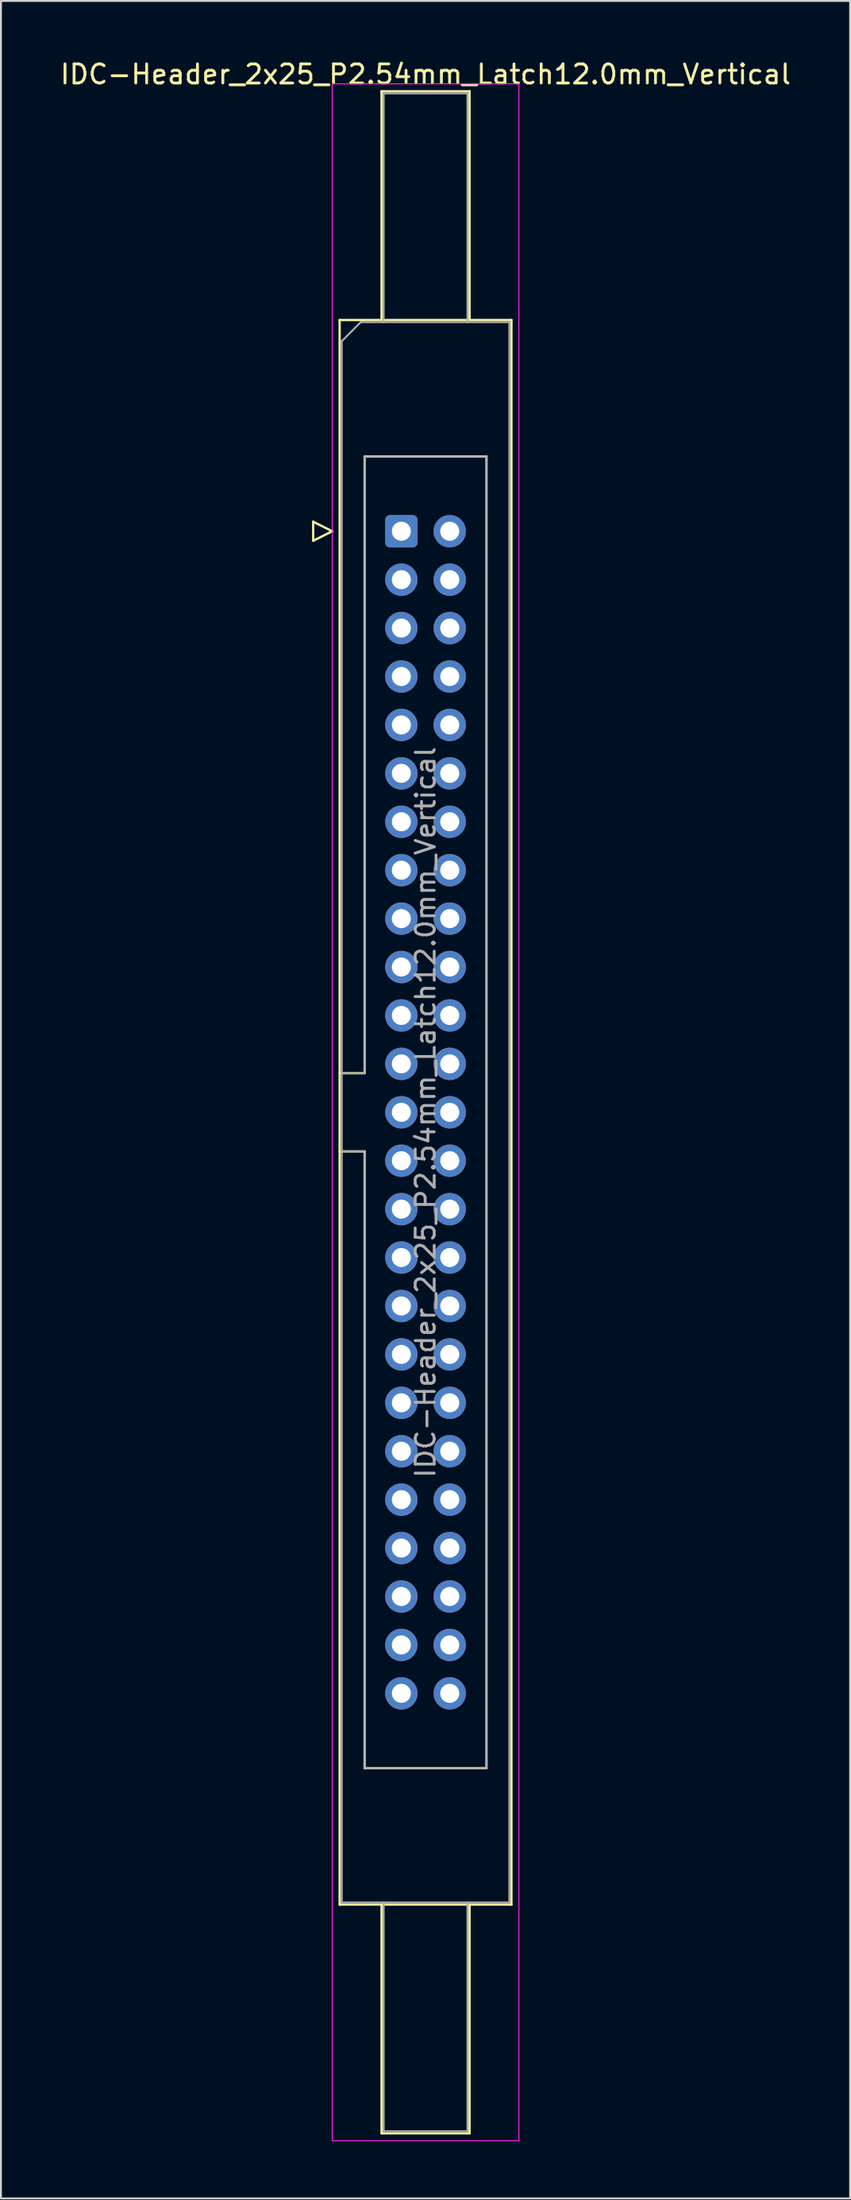
<source format=kicad_pcb>
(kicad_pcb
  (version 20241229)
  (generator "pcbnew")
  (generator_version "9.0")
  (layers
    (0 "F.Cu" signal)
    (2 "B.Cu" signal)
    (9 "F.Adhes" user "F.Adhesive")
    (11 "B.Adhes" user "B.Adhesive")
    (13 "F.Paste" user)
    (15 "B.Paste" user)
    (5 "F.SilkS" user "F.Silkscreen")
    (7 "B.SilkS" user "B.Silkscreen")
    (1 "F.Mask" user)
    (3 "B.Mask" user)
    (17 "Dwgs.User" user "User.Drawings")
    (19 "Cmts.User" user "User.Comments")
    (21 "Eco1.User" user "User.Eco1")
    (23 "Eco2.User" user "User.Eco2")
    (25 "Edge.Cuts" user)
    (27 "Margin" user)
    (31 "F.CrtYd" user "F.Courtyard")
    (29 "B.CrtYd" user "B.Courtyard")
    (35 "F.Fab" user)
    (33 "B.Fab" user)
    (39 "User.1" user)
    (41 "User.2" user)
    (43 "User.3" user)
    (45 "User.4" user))
  (footprint "IDC-Header_2x25_P2.54mm_Latch12.0mm_Vertical"
    (layer "F.Cu")
    (at 18.022 24.818)
    (property "Reference" "IDC-Header_2x25_P2.54mm_Latch12.0mm_Vertical" (at 1.27 -23.97 0) (layer "F.SilkS") (effects (font (size 1 1) (thickness 0.15))))
    (attr through_hole)
    (fp_line (start -4.63 -0.5) (end -4.63 0.5) (stroke (width 0.12) (type solid)) (layer "F.SilkS"))
    (fp_line (start -4.63 0.5) (end -3.63 0) (stroke (width 0.12) (type solid)) (layer "F.SilkS"))
    (fp_line (start -3.63 0) (end -4.63 -0.5) (stroke (width 0.12) (type solid)) (layer "F.SilkS"))
    (fp_line (start -3.24 -11.08) (end 5.78 -11.08) (stroke (width 0.12) (type solid)) (layer "F.SilkS"))
    (fp_line (start -3.24 28.43) (end -1.93 28.43) (stroke (width 0.12) (type solid)) (layer "F.SilkS"))
    (fp_line (start -3.24 72.04) (end -3.24 -11.08) (stroke (width 0.12) (type solid)) (layer "F.SilkS"))
    (fp_line (start -1.93 -3.92) (end 4.47 -3.92) (stroke (width 0.12) (type solid)) (layer "F.SilkS"))
    (fp_line (start -1.93 28.43) (end -1.93 -3.92) (stroke (width 0.12) (type solid)) (layer "F.SilkS"))
    (fp_line (start -1.93 32.53) (end -3.24 32.53) (stroke (width 0.12) (type solid)) (layer "F.SilkS"))
    (fp_line (start -1.93 64.88) (end -1.93 32.53) (stroke (width 0.12) (type solid)) (layer "F.SilkS"))
    (fp_line (start -1.04 -23.08) (end 3.58 -23.08) (stroke (width 0.12) (type solid)) (layer "F.SilkS"))
    (fp_line (start -1.04 -11.08) (end -1.04 -23.08) (stroke (width 0.12) (type solid)) (layer "F.SilkS"))
    (fp_line (start -1.04 72.04) (end -1.04 84.04) (stroke (width 0.12) (type solid)) (layer "F.SilkS"))
    (fp_line (start -1.04 84.04) (end 3.58 84.04) (stroke (width 0.12) (type solid)) (layer "F.SilkS"))
    (fp_line (start 3.58 -23.08) (end 3.58 -11.08) (stroke (width 0.12) (type solid)) (layer "F.SilkS"))
    (fp_line (start 3.58 84.04) (end 3.58 72.04) (stroke (width 0.12) (type solid)) (layer "F.SilkS"))
    (fp_line (start 4.47 -3.92) (end 4.47 64.88) (stroke (width 0.12) (type solid)) (layer "F.SilkS"))
    (fp_line (start 4.47 64.88) (end -1.93 64.88) (stroke (width 0.12) (type solid)) (layer "F.SilkS"))
    (fp_line (start 5.78 -11.08) (end 5.78 72.04) (stroke (width 0.12) (type solid)) (layer "F.SilkS"))
    (fp_line (start 5.78 72.04) (end -3.24 72.04) (stroke (width 0.12) (type solid)) (layer "F.SilkS"))
    (fp_line (start -3.63 -23.47) (end -3.63 84.43) (stroke (width 0.05) (type solid)) (layer "F.CrtYd"))
    (fp_line (start -3.63 84.43) (end 6.17 84.43) (stroke (width 0.05) (type solid)) (layer "F.CrtYd"))
    (fp_line (start 6.17 -23.47) (end -3.63 -23.47) (stroke (width 0.05) (type solid)) (layer "F.CrtYd"))
    (fp_line (start 6.17 84.43) (end 6.17 -23.47) (stroke (width 0.05) (type solid)) (layer "F.CrtYd"))
    (fp_line (start -3.13 -9.97) (end -2.13 -10.97) (stroke (width 0.1) (type solid)) (layer "F.Fab"))
    (fp_line (start -3.13 28.43) (end -1.93 28.43) (stroke (width 0.1) (type solid)) (layer "F.Fab"))
    (fp_line (start -3.13 71.93) (end -3.13 -9.97) (stroke (width 0.1) (type solid)) (layer "F.Fab"))
    (fp_line (start -2.13 -10.97) (end 5.67 -10.97) (stroke (width 0.1) (type solid)) (layer "F.Fab"))
    (fp_line (start -1.93 -3.92) (end 4.47 -3.92) (stroke (width 0.1) (type solid)) (layer "F.Fab"))
    (fp_line (start -1.93 28.43) (end -1.93 -3.92) (stroke (width 0.1) (type solid)) (layer "F.Fab"))
    (fp_line (start -1.93 32.53) (end -3.13 32.53) (stroke (width 0.1) (type solid)) (layer "F.Fab"))
    (fp_line (start -1.93 64.88) (end -1.93 32.53) (stroke (width 0.1) (type solid)) (layer "F.Fab"))
    (fp_line (start -0.93 -22.97) (end 3.47 -22.97) (stroke (width 0.1) (type solid)) (layer "F.Fab"))
    (fp_line (start -0.93 -10.97) (end -0.93 -22.97) (stroke (width 0.1) (type solid)) (layer "F.Fab"))
    (fp_line (start -0.93 71.93) (end -0.93 83.93) (stroke (width 0.1) (type solid)) (layer "F.Fab"))
    (fp_line (start -0.93 83.93) (end 3.47 83.93) (stroke (width 0.1) (type solid)) (layer "F.Fab"))
    (fp_line (start 3.47 -22.97) (end 3.47 -10.97) (stroke (width 0.1) (type solid)) (layer "F.Fab"))
    (fp_line (start 3.47 83.93) (end 3.47 71.93) (stroke (width 0.1) (type solid)) (layer "F.Fab"))
    (fp_line (start 4.47 -3.92) (end 4.47 64.88) (stroke (width 0.1) (type solid)) (layer "F.Fab"))
    (fp_line (start 4.47 64.88) (end -1.93 64.88) (stroke (width 0.1) (type solid)) (layer "F.Fab"))
    (fp_line (start 5.67 -10.97) (end 5.67 71.93) (stroke (width 0.1) (type solid)) (layer "F.Fab"))
    (fp_line (start 5.67 71.93) (end -3.13 71.93) (stroke (width 0.1) (type solid)) (layer "F.Fab"))
    (fp_text user "${REFERENCE}" (at 1.27 30.48 90) (layer "F.Fab") (effects (font (size 1 1) (thickness 0.15))))
    (pad "1" thru_hole roundrect (at 0 0) (size 1.7 1.7) (drill 1) (layers "*.Cu" "*.Mask") (roundrect_rratio 0.147))
    (pad "2" thru_hole circle (at 2.54 0) (size 1.7 1.7) (drill 1) (layers "*.Cu" "*.Mask"))
    (pad "3" thru_hole circle (at 0 2.54) (size 1.7 1.7) (drill 1) (layers "*.Cu" "*.Mask"))
    (pad "4" thru_hole circle (at 2.54 2.54) (size 1.7 1.7) (drill 1) (layers "*.Cu" "*.Mask"))
    (pad "5" thru_hole circle (at 0 5.08) (size 1.7 1.7) (drill 1) (layers "*.Cu" "*.Mask"))
    (pad "6" thru_hole circle (at 2.54 5.08) (size 1.7 1.7) (drill 1) (layers "*.Cu" "*.Mask"))
    (pad "7" thru_hole circle (at 0 7.62) (size 1.7 1.7) (drill 1) (layers "*.Cu" "*.Mask"))
    (pad "8" thru_hole circle (at 2.54 7.62) (size 1.7 1.7) (drill 1) (layers "*.Cu" "*.Mask"))
    (pad "9" thru_hole circle (at 0 10.16) (size 1.7 1.7) (drill 1) (layers "*.Cu" "*.Mask"))
    (pad "10" thru_hole circle (at 2.54 10.16) (size 1.7 1.7) (drill 1) (layers "*.Cu" "*.Mask"))
    (pad "11" thru_hole circle (at 0 12.7) (size 1.7 1.7) (drill 1) (layers "*.Cu" "*.Mask"))
    (pad "12" thru_hole circle (at 2.54 12.7) (size 1.7 1.7) (drill 1) (layers "*.Cu" "*.Mask"))
    (pad "13" thru_hole circle (at 0 15.24) (size 1.7 1.7) (drill 1) (layers "*.Cu" "*.Mask"))
    (pad "14" thru_hole circle (at 2.54 15.24) (size 1.7 1.7) (drill 1) (layers "*.Cu" "*.Mask"))
    (pad "15" thru_hole circle (at 0 17.78) (size 1.7 1.7) (drill 1) (layers "*.Cu" "*.Mask"))
    (pad "16" thru_hole circle (at 2.54 17.78) (size 1.7 1.7) (drill 1) (layers "*.Cu" "*.Mask"))
    (pad "17" thru_hole circle (at 0 20.32) (size 1.7 1.7) (drill 1) (layers "*.Cu" "*.Mask"))
    (pad "18" thru_hole circle (at 2.54 20.32) (size 1.7 1.7) (drill 1) (layers "*.Cu" "*.Mask"))
    (pad "19" thru_hole circle (at 0 22.86) (size 1.7 1.7) (drill 1) (layers "*.Cu" "*.Mask"))
    (pad "20" thru_hole circle (at 2.54 22.86) (size 1.7 1.7) (drill 1) (layers "*.Cu" "*.Mask"))
    (pad "21" thru_hole circle (at 0 25.4) (size 1.7 1.7) (drill 1) (layers "*.Cu" "*.Mask"))
    (pad "22" thru_hole circle (at 2.54 25.4) (size 1.7 1.7) (drill 1) (layers "*.Cu" "*.Mask"))
    (pad "23" thru_hole circle (at 0 27.94) (size 1.7 1.7) (drill 1) (layers "*.Cu" "*.Mask"))
    (pad "24" thru_hole circle (at 2.54 27.94) (size 1.7 1.7) (drill 1) (layers "*.Cu" "*.Mask"))
    (pad "25" thru_hole circle (at 0 30.48) (size 1.7 1.7) (drill 1) (layers "*.Cu" "*.Mask"))
    (pad "26" thru_hole circle (at 2.54 30.48) (size 1.7 1.7) (drill 1) (layers "*.Cu" "*.Mask"))
    (pad "27" thru_hole circle (at 0 33.02) (size 1.7 1.7) (drill 1) (layers "*.Cu" "*.Mask"))
    (pad "28" thru_hole circle (at 2.54 33.02) (size 1.7 1.7) (drill 1) (layers "*.Cu" "*.Mask"))
    (pad "29" thru_hole circle (at 0 35.56) (size 1.7 1.7) (drill 1) (layers "*.Cu" "*.Mask"))
    (pad "30" thru_hole circle (at 2.54 35.56) (size 1.7 1.7) (drill 1) (layers "*.Cu" "*.Mask"))
    (pad "31" thru_hole circle (at 0 38.1) (size 1.7 1.7) (drill 1) (layers "*.Cu" "*.Mask"))
    (pad "32" thru_hole circle (at 2.54 38.1) (size 1.7 1.7) (drill 1) (layers "*.Cu" "*.Mask"))
    (pad "33" thru_hole circle (at 0 40.64) (size 1.7 1.7) (drill 1) (layers "*.Cu" "*.Mask"))
    (pad "34" thru_hole circle (at 2.54 40.64) (size 1.7 1.7) (drill 1) (layers "*.Cu" "*.Mask"))
    (pad "35" thru_hole circle (at 0 43.18) (size 1.7 1.7) (drill 1) (layers "*.Cu" "*.Mask"))
    (pad "36" thru_hole circle (at 2.54 43.18) (size 1.7 1.7) (drill 1) (layers "*.Cu" "*.Mask"))
    (pad "37" thru_hole circle (at 0 45.72) (size 1.7 1.7) (drill 1) (layers "*.Cu" "*.Mask"))
    (pad "38" thru_hole circle (at 2.54 45.72) (size 1.7 1.7) (drill 1) (layers "*.Cu" "*.Mask"))
    (pad "39" thru_hole circle (at 0 48.26) (size 1.7 1.7) (drill 1) (layers "*.Cu" "*.Mask"))
    (pad "40" thru_hole circle (at 2.54 48.26) (size 1.7 1.7) (drill 1) (layers "*.Cu" "*.Mask"))
    (pad "41" thru_hole circle (at 0 50.8) (size 1.7 1.7) (drill 1) (layers "*.Cu" "*.Mask"))
    (pad "42" thru_hole circle (at 2.54 50.8) (size 1.7 1.7) (drill 1) (layers "*.Cu" "*.Mask"))
    (pad "43" thru_hole circle (at 0 53.34) (size 1.7 1.7) (drill 1) (layers "*.Cu" "*.Mask"))
    (pad "44" thru_hole circle (at 2.54 53.34) (size 1.7 1.7) (drill 1) (layers "*.Cu" "*.Mask"))
    (pad "45" thru_hole circle (at 0 55.88) (size 1.7 1.7) (drill 1) (layers "*.Cu" "*.Mask"))
    (pad "46" thru_hole circle (at 2.54 55.88) (size 1.7 1.7) (drill 1) (layers "*.Cu" "*.Mask"))
    (pad "47" thru_hole circle (at 0 58.42) (size 1.7 1.7) (drill 1) (layers "*.Cu" "*.Mask"))
    (pad "48" thru_hole circle (at 2.54 58.42) (size 1.7 1.7) (drill 1) (layers "*.Cu" "*.Mask"))
    (pad "49" thru_hole circle (at 0 60.96) (size 1.7 1.7) (drill 1) (layers "*.Cu" "*.Mask"))
    (pad "50" thru_hole circle (at 2.54 60.96) (size 1.7 1.7) (drill 1) (layers "*.Cu" "*.Mask")))
  (gr_rect
    (start -3 -3)
    (end 41.583 112.273)
    (stroke (width 0.1) (type default))
    (fill no)
    (layer "Edge.Cuts")))
</source>
